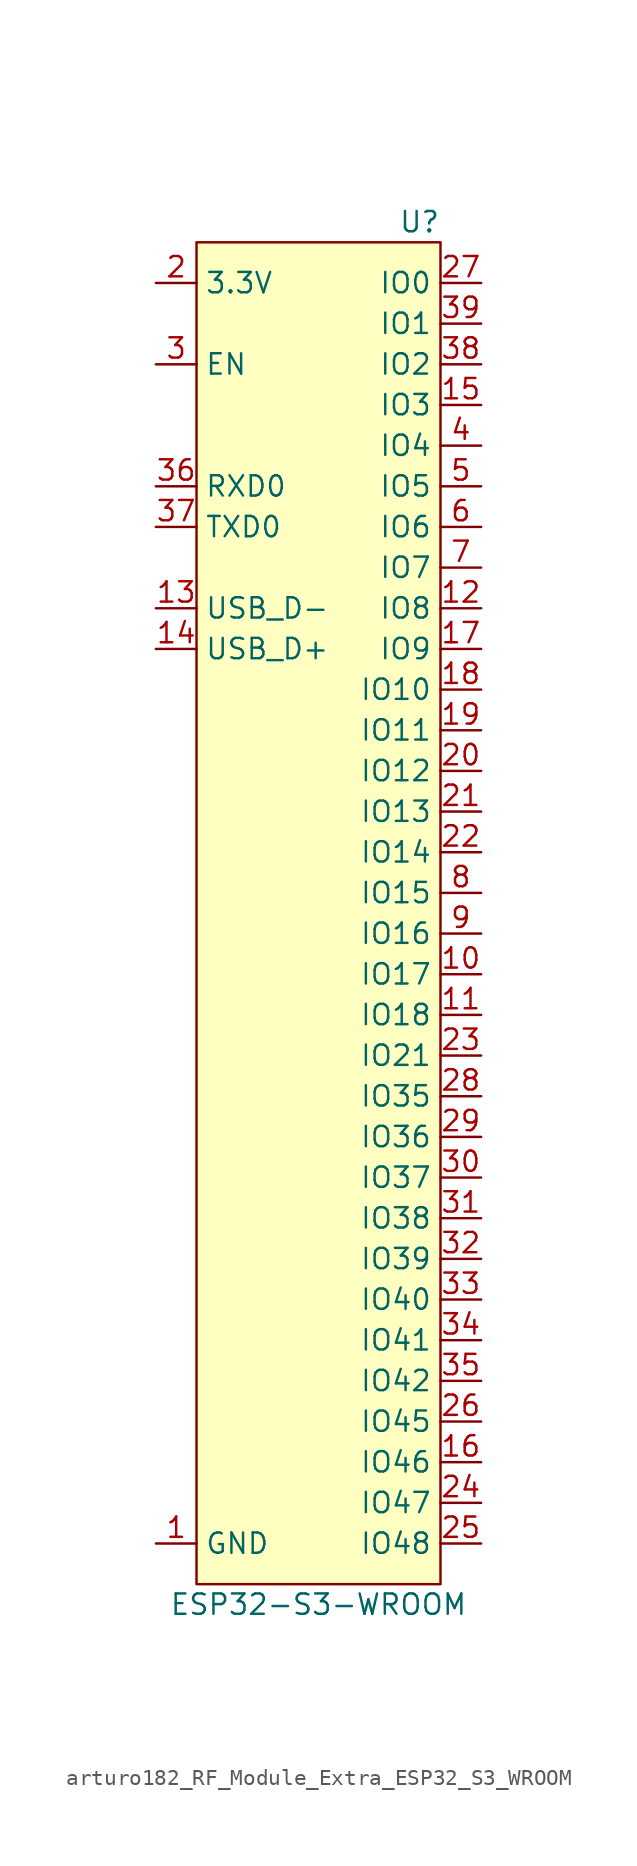
<source format=kicad_sym>
(kicad_symbol_lib
  (version 20220914)
  (generator kicad_symbol_editor)
  (symbol "arturo182_RF_Module_Extra_ESP32_S3_WROOM"
    (property "Reference" "U"
      (at 7.62 44.45 0)
      (effects (font (size 1.27 1.27)) (justify right)))
    (property "Value" "ESP32-S3-WROOM"
      (at 0 -41.91 0)
      (effects (font (size 1.27 1.27))))
    (symbol "arturo182_RF_Module_Extra_ESP32_S3_WROOM_0_0"
      (pin power_in line (at -10.16 -38.1 0) (length 2.54) (name "GND" (effects (font (size 1.27 1.27)))) (number "1" (effects (font (size 1.27 1.27)))))
      (pin bidirectional line (at 10.16 -2.54 180) (length 2.54) (name "IO17" (effects (font (size 1.27 1.27)))) (number "10" (effects (font (size 1.27 1.27)))))
      (pin bidirectional line (at 10.16 -5.08 180) (length 2.54) (name "IO18" (effects (font (size 1.27 1.27)))) (number "11" (effects (font (size 1.27 1.27)))))
      (pin bidirectional line (at 10.16 20.32 180) (length 2.54) (name "IO8" (effects (font (size 1.27 1.27)))) (number "12" (effects (font (size 1.27 1.27)))))
      (pin bidirectional line (at -10.16 20.32 0) (length 2.54) (name "USB_D-" (effects (font (size 1.27 1.27)))) (number "13" (effects (font (size 1.27 1.27)))))
      (pin bidirectional line (at -10.16 17.78 0) (length 2.54) (name "USB_D+" (effects (font (size 1.27 1.27)))) (number "14" (effects (font (size 1.27 1.27)))))
      (pin bidirectional line (at 10.16 33.02 180) (length 2.54) (name "IO3" (effects (font (size 1.27 1.27)))) (number "15" (effects (font (size 1.27 1.27)))))
      (pin bidirectional line (at 10.16 -33.02 180) (length 2.54) (name "IO46" (effects (font (size 1.27 1.27)))) (number "16" (effects (font (size 1.27 1.27)))))
      (pin bidirectional line (at 10.16 17.78 180) (length 2.54) (name "IO9" (effects (font (size 1.27 1.27)))) (number "17" (effects (font (size 1.27 1.27)))))
      (pin bidirectional line (at 10.16 15.24 180) (length 2.54) (name "IO10" (effects (font (size 1.27 1.27)))) (number "18" (effects (font (size 1.27 1.27)))))
      (pin bidirectional line (at 10.16 12.7 180) (length 2.54) (name "IO11" (effects (font (size 1.27 1.27)))) (number "19" (effects (font (size 1.27 1.27)))))
      (pin power_in line (at -10.16 40.64 0) (length 2.54) (name "3.3V" (effects (font (size 1.27 1.27)))) (number "2" (effects (font (size 1.27 1.27)))))
      (pin bidirectional line (at 10.16 10.16 180) (length 2.54) (name "IO12" (effects (font (size 1.27 1.27)))) (number "20" (effects (font (size 1.27 1.27)))))
      (pin bidirectional line (at 10.16 7.62 180) (length 2.54) (name "IO13" (effects (font (size 1.27 1.27)))) (number "21" (effects (font (size 1.27 1.27)))))
      (pin bidirectional line (at 10.16 5.08 180) (length 2.54) (name "IO14" (effects (font (size 1.27 1.27)))) (number "22" (effects (font (size 1.27 1.27)))))
      (pin bidirectional line (at 10.16 -7.62 180) (length 2.54) (name "IO21" (effects (font (size 1.27 1.27)))) (number "23" (effects (font (size 1.27 1.27)))))
      (pin bidirectional line (at 10.16 -35.56 180) (length 2.54) (name "IO47" (effects (font (size 1.27 1.27)))) (number "24" (effects (font (size 1.27 1.27)))))
      (pin bidirectional line (at 10.16 -38.1 180) (length 2.54) (name "IO48" (effects (font (size 1.27 1.27)))) (number "25" (effects (font (size 1.27 1.27)))))
      (pin bidirectional line (at 10.16 -30.48 180) (length 2.54) (name "IO45" (effects (font (size 1.27 1.27)))) (number "26" (effects (font (size 1.27 1.27)))))
      (pin bidirectional line (at 10.16 40.64 180) (length 2.54) (name "IO0" (effects (font (size 1.27 1.27)))) (number "27" (effects (font (size 1.27 1.27)))))
      (pin bidirectional line (at 10.16 -10.16 180) (length 2.54) (name "IO35" (effects (font (size 1.27 1.27)))) (number "28" (effects (font (size 1.27 1.27)))))
      (pin bidirectional line (at 10.16 -12.7 180) (length 2.54) (name "IO36" (effects (font (size 1.27 1.27)))) (number "29" (effects (font (size 1.27 1.27)))))
      (pin input line (at -10.16 35.56 0) (length 2.54) (name "EN" (effects (font (size 1.27 1.27)))) (number "3" (effects (font (size 1.27 1.27)))))
      (pin bidirectional line (at 10.16 -15.24 180) (length 2.54) (name "IO37" (effects (font (size 1.27 1.27)))) (number "30" (effects (font (size 1.27 1.27)))))
      (pin bidirectional line (at 10.16 -17.78 180) (length 2.54) (name "IO38" (effects (font (size 1.27 1.27)))) (number "31" (effects (font (size 1.27 1.27)))))
      (pin bidirectional line (at 10.16 -20.32 180) (length 2.54) (name "IO39" (effects (font (size 1.27 1.27)))) (number "32" (effects (font (size 1.27 1.27)))))
      (pin bidirectional line (at 10.16 -22.86 180) (length 2.54) (name "IO40" (effects (font (size 1.27 1.27)))) (number "33" (effects (font (size 1.27 1.27)))))
      (pin bidirectional line (at 10.16 -25.4 180) (length 2.54) (name "IO41" (effects (font (size 1.27 1.27)))) (number "34" (effects (font (size 1.27 1.27)))))
      (pin bidirectional line (at 10.16 -27.94 180) (length 2.54) (name "IO42" (effects (font (size 1.27 1.27)))) (number "35" (effects (font (size 1.27 1.27)))))
      (pin input line (at -10.16 27.94 0) (length 2.54) (name "RXD0" (effects (font (size 1.27 1.27)))) (number "36" (effects (font (size 1.27 1.27)))))
      (pin output line (at -10.16 25.4 0) (length 2.54) (name "TXD0" (effects (font (size 1.27 1.27)))) (number "37" (effects (font (size 1.27 1.27)))))
      (pin bidirectional line (at 10.16 35.56 180) (length 2.54) (name "IO2" (effects (font (size 1.27 1.27)))) (number "38" (effects (font (size 1.27 1.27)))))
      (pin bidirectional line (at 10.16 38.1 180) (length 2.54) (name "IO1" (effects (font (size 1.27 1.27)))) (number "39" (effects (font (size 1.27 1.27)))))
      (pin bidirectional line (at 10.16 30.48 180) (length 2.54) (name "IO4" (effects (font (size 1.27 1.27)))) (number "4" (effects (font (size 1.27 1.27)))))
      (pin passive line (at -10.16 -38.1 0) (length 2.54) hide (name "GND" (effects (font (size 1.27 1.27)))) (number "40" (effects (font (size 1.27 1.27)))))
      (pin passive line (at -10.16 -38.1 0) (length 2.54) hide (name "GND" (effects (font (size 1.27 1.27)))) (number "41" (effects (font (size 1.27 1.27)))))
      (pin bidirectional line (at 10.16 27.94 180) (length 2.54) (name "IO5" (effects (font (size 1.27 1.27)))) (number "5" (effects (font (size 1.27 1.27)))))
      (pin bidirectional line (at 10.16 25.4 180) (length 2.54) (name "IO6" (effects (font (size 1.27 1.27)))) (number "6" (effects (font (size 1.27 1.27)))))
      (pin bidirectional line (at 10.16 22.86 180) (length 2.54) (name "IO7" (effects (font (size 1.27 1.27)))) (number "7" (effects (font (size 1.27 1.27)))))
      (pin bidirectional line (at 10.16 2.54 180) (length 2.54) (name "IO15" (effects (font (size 1.27 1.27)))) (number "8" (effects (font (size 1.27 1.27)))))
      (pin bidirectional line (at 10.16 0 180) (length 2.54) (name "IO16" (effects (font (size 1.27 1.27)))) (number "9" (effects (font (size 1.27 1.27))))))
    (symbol "arturo182_RF_Module_Extra_ESP32_S3_WROOM_0_1"
      (rectangle (start -7.62 43.18) (end 7.62 -40.64) (stroke (width 0) (type default)) (fill (type background))))))
</source>
